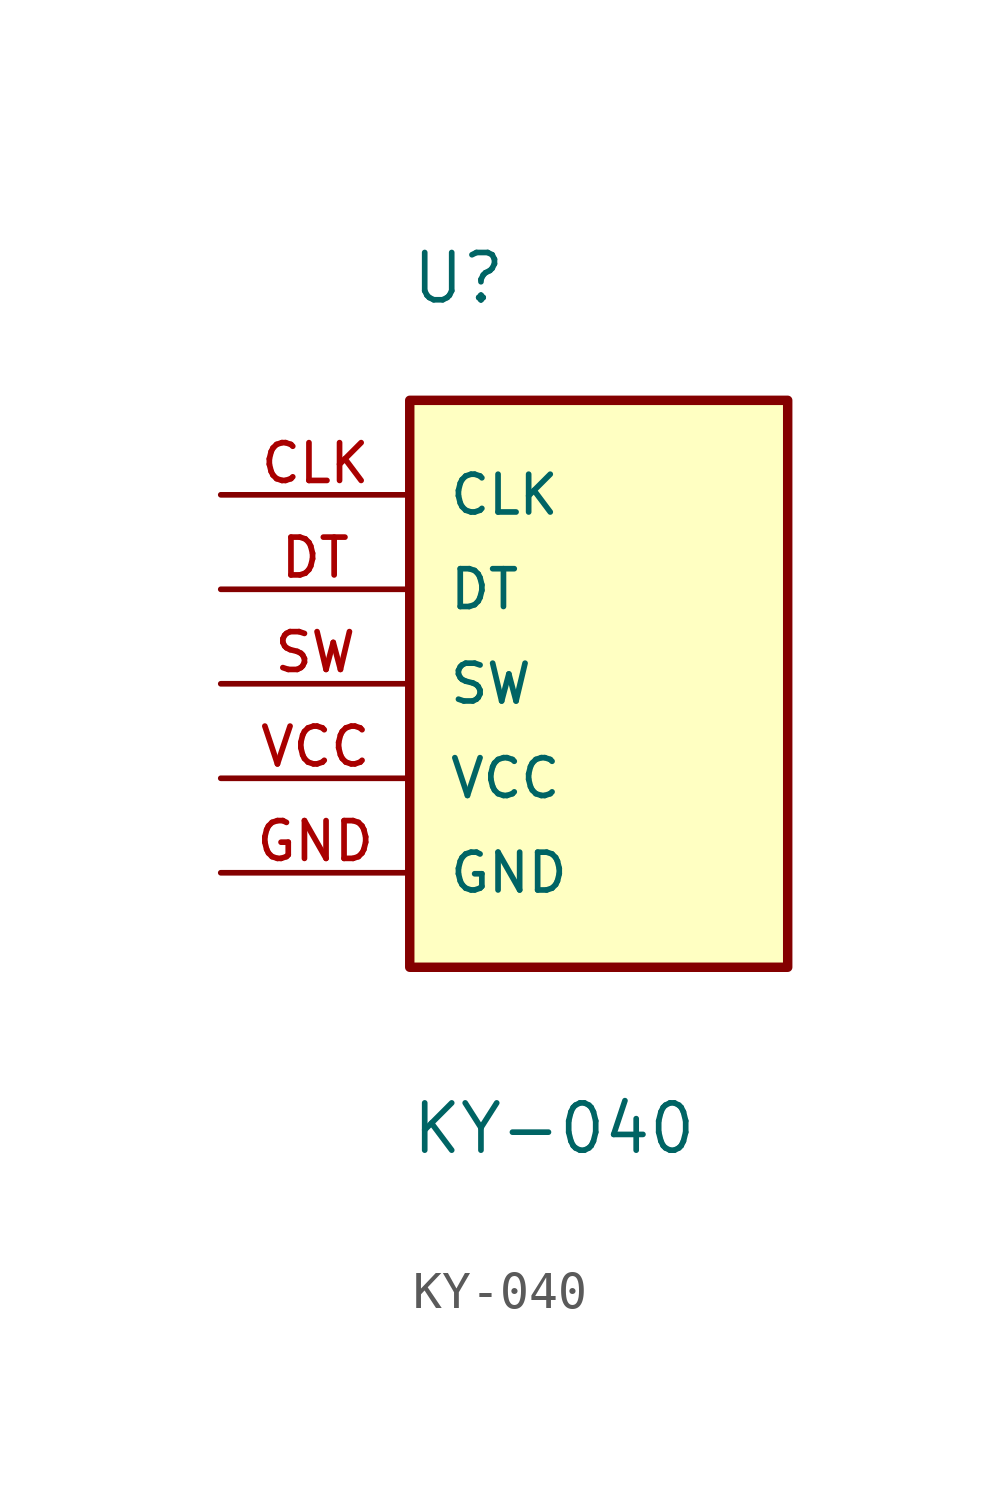
<source format=kicad_sym>
(kicad_symbol_lib
  (version 20211014)
  (generator kicad_symbol_editor)
  (symbol "KY-040"
    (pin_names
      (offset 1.016))
    (property "Reference" "U"
      (at -5.08 10.16 0)
      (effects (font (size 1.27 1.27)) (justify bottom left)))
    (property "Value" "KY-040"
      (at -5.08 -12.7 0)
      (effects (font (size 1.27 1.27)) (justify bottom left)))
    (symbol "KY-040_0_0"
      (rectangle (start -5.08 -7.62) (end 5.08 7.62) (stroke (width 0.254)) (fill (type background)))
      (pin output line (at -10.16 5.08 0) (length 5.08) (name "CLK" (effects (font (size 1.016 1.016)))) (number "CLK" (effects (font (size 1.016 1.016)))))
      (pin output line (at -10.16 2.54 0) (length 5.08) (name "DT" (effects (font (size 1.016 1.016)))) (number "DT" (effects (font (size 1.016 1.016)))))
      (pin output line (at -10.16 0.0 0) (length 5.08) (name "SW" (effects (font (size 1.016 1.016)))) (number "SW" (effects (font (size 1.016 1.016)))))
      (pin power_in line (at -10.16 -2.54 0) (length 5.08) (name "VCC" (effects (font (size 1.016 1.016)))) (number "VCC" (effects (font (size 1.016 1.016)))))
      (pin power_in line (at -10.16 -5.08 0) (length 5.08) (name "GND" (effects (font (size 1.016 1.016)))) (number "GND" (effects (font (size 1.016 1.016))))))))
</source>
